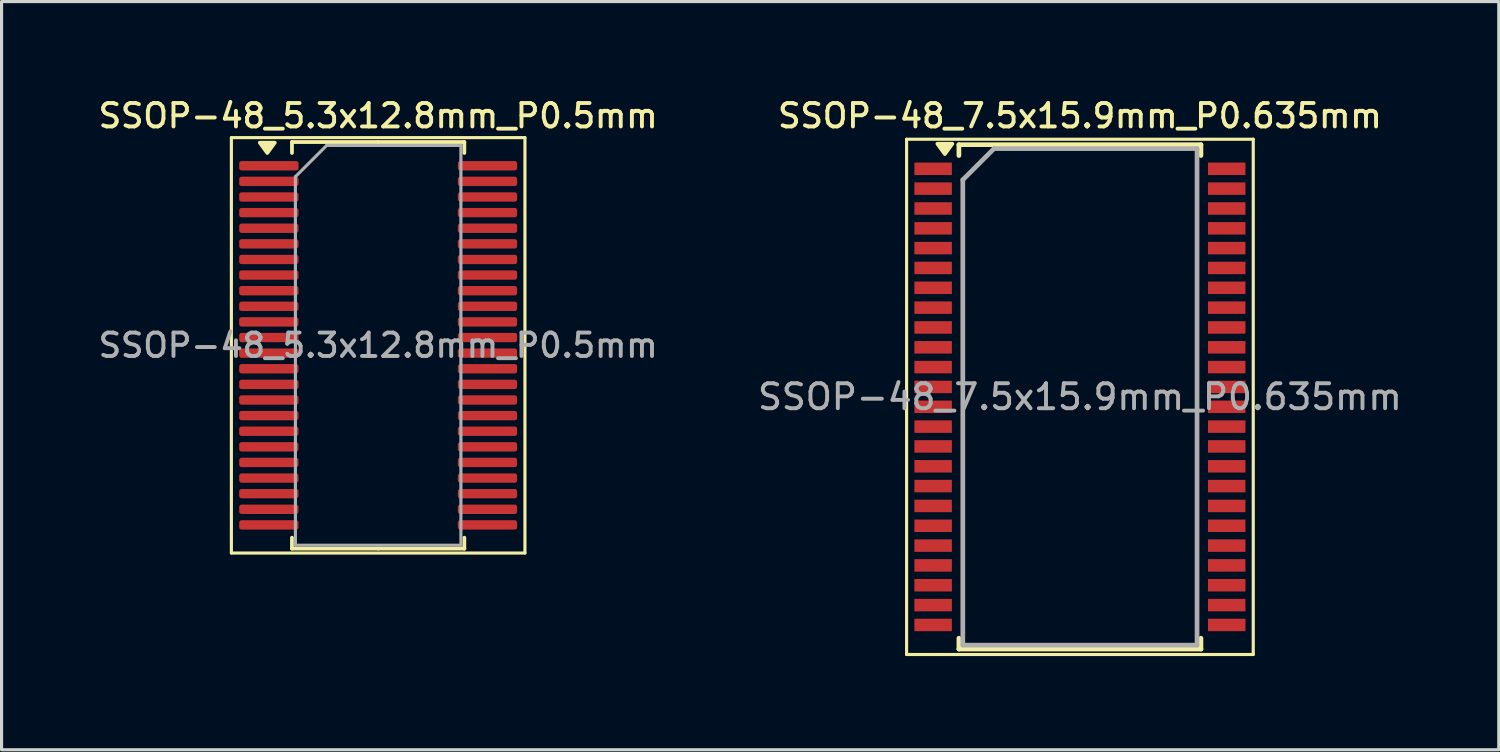
<source format=kicad_pcb>
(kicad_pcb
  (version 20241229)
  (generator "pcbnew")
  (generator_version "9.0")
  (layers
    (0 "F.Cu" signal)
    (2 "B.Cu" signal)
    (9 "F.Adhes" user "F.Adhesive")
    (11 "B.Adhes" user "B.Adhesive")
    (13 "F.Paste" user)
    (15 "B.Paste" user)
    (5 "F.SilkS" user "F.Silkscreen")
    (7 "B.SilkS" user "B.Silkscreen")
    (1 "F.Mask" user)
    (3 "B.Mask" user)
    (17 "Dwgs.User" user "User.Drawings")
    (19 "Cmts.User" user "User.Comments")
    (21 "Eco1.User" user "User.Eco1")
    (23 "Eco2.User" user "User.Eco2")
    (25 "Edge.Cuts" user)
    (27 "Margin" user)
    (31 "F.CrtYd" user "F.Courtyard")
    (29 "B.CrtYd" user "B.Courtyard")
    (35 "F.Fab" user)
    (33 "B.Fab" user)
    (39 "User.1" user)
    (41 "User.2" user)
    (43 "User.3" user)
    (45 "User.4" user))
  (footprint "SSOP-48_5.3x12.8mm_P0.5mm"
    (layer "F.Cu")
    (at 9.059 8.008)
    (property "Reference" "SSOP-48_5.3x12.8mm_P0.5mm" (at 0 -7.35 0) (layer "F.SilkS") (effects (font (size 0.75 0.75) (thickness 0.125))))
    (attr smd)
    (fp_line (start -4.7 -6.65) (end -4.7 6.65) (stroke (width 0.1) (type solid)) (layer "F.SilkS"))
    (fp_line (start -4.7 6.65) (end 4.7 6.65) (stroke (width 0.1) (type solid)) (layer "F.SilkS"))
    (fp_line (start -2.76 -6.51) (end -2.76 -6.16) (stroke (width 0.12) (type solid)) (layer "F.SilkS"))
    (fp_line (start -2.76 6.51) (end -2.76 6.16) (stroke (width 0.12) (type solid)) (layer "F.SilkS"))
    (fp_line (start 0 -6.51) (end -2.76 -6.51) (stroke (width 0.12) (type solid)) (layer "F.SilkS"))
    (fp_line (start 0 -6.51) (end 2.76 -6.51) (stroke (width 0.12) (type solid)) (layer "F.SilkS"))
    (fp_line (start 0 6.51) (end -2.76 6.51) (stroke (width 0.12) (type solid)) (layer "F.SilkS"))
    (fp_line (start 0 6.51) (end 2.76 6.51) (stroke (width 0.12) (type solid)) (layer "F.SilkS"))
    (fp_line (start 2.76 -6.51) (end 2.76 -6.16) (stroke (width 0.12) (type solid)) (layer "F.SilkS"))
    (fp_line (start 2.76 6.51) (end 2.76 6.16) (stroke (width 0.12) (type solid)) (layer "F.SilkS"))
    (fp_line (start 4.7 -6.65) (end -4.7 -6.65) (stroke (width 0.1) (type solid)) (layer "F.SilkS"))
    (fp_line (start 4.7 6.65) (end 4.7 -6.65) (stroke (width 0.1) (type solid)) (layer "F.SilkS"))
    (fp_poly (pts (xy -3.55 -6.16) (xy -3.79 -6.49) (xy -3.31 -6.49) (xy -3.55 -6.16)) (stroke (width 0.12) (type solid)) (fill yes) (layer "F.SilkS"))
    (fp_line (start -2.65 -5.4) (end -1.65 -6.4) (stroke (width 0.1) (type solid)) (layer "F.Fab"))
    (fp_line (start -2.65 6.4) (end -2.65 -5.4) (stroke (width 0.1) (type solid)) (layer "F.Fab"))
    (fp_line (start -1.65 -6.4) (end 2.65 -6.4) (stroke (width 0.1) (type solid)) (layer "F.Fab"))
    (fp_line (start 2.65 -6.4) (end 2.65 6.4) (stroke (width 0.1) (type solid)) (layer "F.Fab"))
    (fp_line (start 2.65 6.4) (end -2.65 6.4) (stroke (width 0.1) (type solid)) (layer "F.Fab"))
    (fp_text user "${REFERENCE}" (at 0 0 0) (layer "F.Fab") (effects (font (size 0.75 0.75) (thickness 0.125))))
    (pad "1" smd roundrect (at -3.5 -5.75) (size 1.9 0.3) (layers "F.Cu" "F.Mask" "F.Paste") (roundrect_rratio 0.25))
    (pad "2" smd roundrect (at -3.5 -5.25) (size 1.9 0.3) (layers "F.Cu" "F.Mask" "F.Paste") (roundrect_rratio 0.25))
    (pad "3" smd roundrect (at -3.5 -4.75) (size 1.9 0.3) (layers "F.Cu" "F.Mask" "F.Paste") (roundrect_rratio 0.25))
    (pad "4" smd roundrect (at -3.5 -4.25) (size 1.9 0.3) (layers "F.Cu" "F.Mask" "F.Paste") (roundrect_rratio 0.25))
    (pad "5" smd roundrect (at -3.5 -3.75) (size 1.9 0.3) (layers "F.Cu" "F.Mask" "F.Paste") (roundrect_rratio 0.25))
    (pad "6" smd roundrect (at -3.5 -3.25) (size 1.9 0.3) (layers "F.Cu" "F.Mask" "F.Paste") (roundrect_rratio 0.25))
    (pad "7" smd roundrect (at -3.5 -2.75) (size 1.9 0.3) (layers "F.Cu" "F.Mask" "F.Paste") (roundrect_rratio 0.25))
    (pad "8" smd roundrect (at -3.5 -2.25) (size 1.9 0.3) (layers "F.Cu" "F.Mask" "F.Paste") (roundrect_rratio 0.25))
    (pad "9" smd roundrect (at -3.5 -1.75) (size 1.9 0.3) (layers "F.Cu" "F.Mask" "F.Paste") (roundrect_rratio 0.25))
    (pad "10" smd roundrect (at -3.5 -1.25) (size 1.9 0.3) (layers "F.Cu" "F.Mask" "F.Paste") (roundrect_rratio 0.25))
    (pad "11" smd roundrect (at -3.5 -0.75) (size 1.9 0.3) (layers "F.Cu" "F.Mask" "F.Paste") (roundrect_rratio 0.25))
    (pad "12" smd roundrect (at -3.5 -0.25) (size 1.9 0.3) (layers "F.Cu" "F.Mask" "F.Paste") (roundrect_rratio 0.25))
    (pad "13" smd roundrect (at -3.5 0.25) (size 1.9 0.3) (layers "F.Cu" "F.Mask" "F.Paste") (roundrect_rratio 0.25))
    (pad "14" smd roundrect (at -3.5 0.75) (size 1.9 0.3) (layers "F.Cu" "F.Mask" "F.Paste") (roundrect_rratio 0.25))
    (pad "15" smd roundrect (at -3.5 1.25) (size 1.9 0.3) (layers "F.Cu" "F.Mask" "F.Paste") (roundrect_rratio 0.25))
    (pad "16" smd roundrect (at -3.5 1.75) (size 1.9 0.3) (layers "F.Cu" "F.Mask" "F.Paste") (roundrect_rratio 0.25))
    (pad "17" smd roundrect (at -3.5 2.25) (size 1.9 0.3) (layers "F.Cu" "F.Mask" "F.Paste") (roundrect_rratio 0.25))
    (pad "18" smd roundrect (at -3.5 2.75) (size 1.9 0.3) (layers "F.Cu" "F.Mask" "F.Paste") (roundrect_rratio 0.25))
    (pad "19" smd roundrect (at -3.5 3.25) (size 1.9 0.3) (layers "F.Cu" "F.Mask" "F.Paste") (roundrect_rratio 0.25))
    (pad "20" smd roundrect (at -3.5 3.75) (size 1.9 0.3) (layers "F.Cu" "F.Mask" "F.Paste") (roundrect_rratio 0.25))
    (pad "21" smd roundrect (at -3.5 4.25) (size 1.9 0.3) (layers "F.Cu" "F.Mask" "F.Paste") (roundrect_rratio 0.25))
    (pad "22" smd roundrect (at -3.5 4.75) (size 1.9 0.3) (layers "F.Cu" "F.Mask" "F.Paste") (roundrect_rratio 0.25))
    (pad "23" smd roundrect (at -3.5 5.25) (size 1.9 0.3) (layers "F.Cu" "F.Mask" "F.Paste") (roundrect_rratio 0.25))
    (pad "24" smd roundrect (at -3.5 5.75) (size 1.9 0.3) (layers "F.Cu" "F.Mask" "F.Paste") (roundrect_rratio 0.25))
    (pad "25" smd roundrect (at 3.5 5.75) (size 1.9 0.3) (layers "F.Cu" "F.Mask" "F.Paste") (roundrect_rratio 0.25))
    (pad "26" smd roundrect (at 3.5 5.25) (size 1.9 0.3) (layers "F.Cu" "F.Mask" "F.Paste") (roundrect_rratio 0.25))
    (pad "27" smd roundrect (at 3.5 4.75) (size 1.9 0.3) (layers "F.Cu" "F.Mask" "F.Paste") (roundrect_rratio 0.25))
    (pad "28" smd roundrect (at 3.5 4.25) (size 1.9 0.3) (layers "F.Cu" "F.Mask" "F.Paste") (roundrect_rratio 0.25))
    (pad "29" smd roundrect (at 3.5 3.75) (size 1.9 0.3) (layers "F.Cu" "F.Mask" "F.Paste") (roundrect_rratio 0.25))
    (pad "30" smd roundrect (at 3.5 3.25) (size 1.9 0.3) (layers "F.Cu" "F.Mask" "F.Paste") (roundrect_rratio 0.25))
    (pad "31" smd roundrect (at 3.5 2.75) (size 1.9 0.3) (layers "F.Cu" "F.Mask" "F.Paste") (roundrect_rratio 0.25))
    (pad "32" smd roundrect (at 3.5 2.25) (size 1.9 0.3) (layers "F.Cu" "F.Mask" "F.Paste") (roundrect_rratio 0.25))
    (pad "33" smd roundrect (at 3.5 1.75) (size 1.9 0.3) (layers "F.Cu" "F.Mask" "F.Paste") (roundrect_rratio 0.25))
    (pad "34" smd roundrect (at 3.5 1.25) (size 1.9 0.3) (layers "F.Cu" "F.Mask" "F.Paste") (roundrect_rratio 0.25))
    (pad "35" smd roundrect (at 3.5 0.75) (size 1.9 0.3) (layers "F.Cu" "F.Mask" "F.Paste") (roundrect_rratio 0.25))
    (pad "36" smd roundrect (at 3.5 0.25) (size 1.9 0.3) (layers "F.Cu" "F.Mask" "F.Paste") (roundrect_rratio 0.25))
    (pad "37" smd roundrect (at 3.5 -0.25) (size 1.9 0.3) (layers "F.Cu" "F.Mask" "F.Paste") (roundrect_rratio 0.25))
    (pad "38" smd roundrect (at 3.5 -0.75) (size 1.9 0.3) (layers "F.Cu" "F.Mask" "F.Paste") (roundrect_rratio 0.25))
    (pad "39" smd roundrect (at 3.5 -1.25) (size 1.9 0.3) (layers "F.Cu" "F.Mask" "F.Paste") (roundrect_rratio 0.25))
    (pad "40" smd roundrect (at 3.5 -1.75) (size 1.9 0.3) (layers "F.Cu" "F.Mask" "F.Paste") (roundrect_rratio 0.25))
    (pad "41" smd roundrect (at 3.5 -2.25) (size 1.9 0.3) (layers "F.Cu" "F.Mask" "F.Paste") (roundrect_rratio 0.25))
    (pad "42" smd roundrect (at 3.5 -2.75) (size 1.9 0.3) (layers "F.Cu" "F.Mask" "F.Paste") (roundrect_rratio 0.25))
    (pad "43" smd roundrect (at 3.5 -3.25) (size 1.9 0.3) (layers "F.Cu" "F.Mask" "F.Paste") (roundrect_rratio 0.25))
    (pad "44" smd roundrect (at 3.5 -3.75) (size 1.9 0.3) (layers "F.Cu" "F.Mask" "F.Paste") (roundrect_rratio 0.25))
    (pad "45" smd roundrect (at 3.5 -4.25) (size 1.9 0.3) (layers "F.Cu" "F.Mask" "F.Paste") (roundrect_rratio 0.25))
    (pad "46" smd roundrect (at 3.5 -4.75) (size 1.9 0.3) (layers "F.Cu" "F.Mask" "F.Paste") (roundrect_rratio 0.25))
    (pad "47" smd roundrect (at 3.5 -5.25) (size 1.9 0.3) (layers "F.Cu" "F.Mask" "F.Paste") (roundrect_rratio 0.25))
    (pad "48" smd roundrect (at 3.5 -5.75) (size 1.9 0.3) (layers "F.Cu" "F.Mask" "F.Paste") (roundrect_rratio 0.25)))
  (footprint "SSOP-48_7.5x15.9mm_P0.635mm"
    (layer "F.Cu")
    (at 31.53 9.658)
    (property "Reference" "SSOP-48_7.5x15.9mm_P0.635mm" (at 0 -9 0) (layer "F.SilkS") (effects (font (size 0.75 0.75) (thickness 0.125))))
    (attr smd)
    (fp_line (start -5.55 -8.25) (end -5.55 8.25) (stroke (width 0.1) (type solid)) (layer "F.SilkS"))
    (fp_line (start -5.55 -8.25) (end 5.55 -8.25) (stroke (width 0.1) (type solid)) (layer "F.SilkS"))
    (fp_line (start -5.55 8.25) (end 5.55 8.25) (stroke (width 0.1) (type solid)) (layer "F.SilkS"))
    (fp_line (start -3.875 -8.075) (end -3.875 -7.728) (stroke (width 0.15) (type solid)) (layer "F.SilkS"))
    (fp_line (start -3.875 -8.075) (end 3.875 -8.075) (stroke (width 0.15) (type solid)) (layer "F.SilkS"))
    (fp_line (start -3.875 8.075) (end -3.875 7.728) (stroke (width 0.15) (type solid)) (layer "F.SilkS"))
    (fp_line (start -3.875 8.075) (end 3.875 8.075) (stroke (width 0.15) (type solid)) (layer "F.SilkS"))
    (fp_line (start 3.875 -8.075) (end 3.875 -7.728) (stroke (width 0.15) (type solid)) (layer "F.SilkS"))
    (fp_line (start 3.875 8.075) (end 3.875 7.728) (stroke (width 0.15) (type solid)) (layer "F.SilkS"))
    (fp_line (start 5.55 -8.25) (end 5.55 8.25) (stroke (width 0.1) (type solid)) (layer "F.SilkS"))
    (fp_poly (pts (xy -4.325 -7.775) (xy -4.565 -8.105) (xy -4.085 -8.105) (xy -4.325 -7.775)) (stroke (width 0.12) (type solid)) (fill yes) (layer "F.SilkS"))
    (fp_line (start -3.75 -6.95) (end -2.75 -7.95) (stroke (width 0.15) (type solid)) (layer "F.Fab"))
    (fp_line (start -3.75 7.95) (end -3.75 -6.95) (stroke (width 0.15) (type solid)) (layer "F.Fab"))
    (fp_line (start -2.75 -7.95) (end 3.75 -7.95) (stroke (width 0.15) (type solid)) (layer "F.Fab"))
    (fp_line (start 3.75 -7.95) (end 3.75 7.95) (stroke (width 0.15) (type solid)) (layer "F.Fab"))
    (fp_line (start 3.75 7.95) (end -3.75 7.95) (stroke (width 0.15) (type solid)) (layer "F.Fab"))
    (fp_text user "${REFERENCE}" (at 0 0 0) (layer "F.Fab") (effects (font (size 0.8 0.8) (thickness 0.125))))
    (pad "1" smd rect (at -4.7 -7.303) (size 1.2 0.4) (layers "F.Cu" "F.Mask" "F.Paste"))
    (pad "2" smd rect (at -4.7 -6.668) (size 1.2 0.4) (layers "F.Cu" "F.Mask" "F.Paste"))
    (pad "3" smd rect (at -4.7 -6.032) (size 1.2 0.4) (layers "F.Cu" "F.Mask" "F.Paste"))
    (pad "4" smd rect (at -4.7 -5.397) (size 1.2 0.4) (layers "F.Cu" "F.Mask" "F.Paste"))
    (pad "5" smd rect (at -4.7 -4.763) (size 1.2 0.4) (layers "F.Cu" "F.Mask" "F.Paste"))
    (pad "6" smd rect (at -4.7 -4.128) (size 1.2 0.4) (layers "F.Cu" "F.Mask" "F.Paste"))
    (pad "7" smd rect (at -4.7 -3.493) (size 1.2 0.4) (layers "F.Cu" "F.Mask" "F.Paste"))
    (pad "8" smd rect (at -4.7 -2.857) (size 1.2 0.4) (layers "F.Cu" "F.Mask" "F.Paste"))
    (pad "9" smd rect (at -4.7 -2.223) (size 1.2 0.4) (layers "F.Cu" "F.Mask" "F.Paste"))
    (pad "10" smd rect (at -4.7 -1.587) (size 1.2 0.4) (layers "F.Cu" "F.Mask" "F.Paste"))
    (pad "11" smd rect (at -4.7 -0.953) (size 1.2 0.4) (layers "F.Cu" "F.Mask" "F.Paste"))
    (pad "12" smd rect (at -4.7 -0.318) (size 1.2 0.4) (layers "F.Cu" "F.Mask" "F.Paste"))
    (pad "13" smd rect (at -4.7 0.318) (size 1.2 0.4) (layers "F.Cu" "F.Mask" "F.Paste"))
    (pad "14" smd rect (at -4.7 0.953) (size 1.2 0.4) (layers "F.Cu" "F.Mask" "F.Paste"))
    (pad "15" smd rect (at -4.7 1.587) (size 1.2 0.4) (layers "F.Cu" "F.Mask" "F.Paste"))
    (pad "16" smd rect (at -4.7 2.223) (size 1.2 0.4) (layers "F.Cu" "F.Mask" "F.Paste"))
    (pad "17" smd rect (at -4.7 2.857) (size 1.2 0.4) (layers "F.Cu" "F.Mask" "F.Paste"))
    (pad "18" smd rect (at -4.7 3.493) (size 1.2 0.4) (layers "F.Cu" "F.Mask" "F.Paste"))
    (pad "19" smd rect (at -4.7 4.128) (size 1.2 0.4) (layers "F.Cu" "F.Mask" "F.Paste"))
    (pad "20" smd rect (at -4.7 4.763) (size 1.2 0.4) (layers "F.Cu" "F.Mask" "F.Paste"))
    (pad "21" smd rect (at -4.7 5.397) (size 1.2 0.4) (layers "F.Cu" "F.Mask" "F.Paste"))
    (pad "22" smd rect (at -4.7 6.032) (size 1.2 0.4) (layers "F.Cu" "F.Mask" "F.Paste"))
    (pad "23" smd rect (at -4.7 6.668) (size 1.2 0.4) (layers "F.Cu" "F.Mask" "F.Paste"))
    (pad "24" smd rect (at -4.7 7.303) (size 1.2 0.4) (layers "F.Cu" "F.Mask" "F.Paste"))
    (pad "25" smd rect (at 4.7 7.303) (size 1.2 0.4) (layers "F.Cu" "F.Mask" "F.Paste"))
    (pad "26" smd rect (at 4.7 6.668) (size 1.2 0.4) (layers "F.Cu" "F.Mask" "F.Paste"))
    (pad "27" smd rect (at 4.7 6.032) (size 1.2 0.4) (layers "F.Cu" "F.Mask" "F.Paste"))
    (pad "28" smd rect (at 4.7 5.397) (size 1.2 0.4) (layers "F.Cu" "F.Mask" "F.Paste"))
    (pad "29" smd rect (at 4.7 4.763) (size 1.2 0.4) (layers "F.Cu" "F.Mask" "F.Paste"))
    (pad "30" smd rect (at 4.7 4.128) (size 1.2 0.4) (layers "F.Cu" "F.Mask" "F.Paste"))
    (pad "31" smd rect (at 4.7 3.493) (size 1.2 0.4) (layers "F.Cu" "F.Mask" "F.Paste"))
    (pad "32" smd rect (at 4.7 2.857) (size 1.2 0.4) (layers "F.Cu" "F.Mask" "F.Paste"))
    (pad "33" smd rect (at 4.7 2.223) (size 1.2 0.4) (layers "F.Cu" "F.Mask" "F.Paste"))
    (pad "34" smd rect (at 4.7 1.587) (size 1.2 0.4) (layers "F.Cu" "F.Mask" "F.Paste"))
    (pad "35" smd rect (at 4.7 0.953) (size 1.2 0.4) (layers "F.Cu" "F.Mask" "F.Paste"))
    (pad "36" smd rect (at 4.7 0.318) (size 1.2 0.4) (layers "F.Cu" "F.Mask" "F.Paste"))
    (pad "37" smd rect (at 4.7 -0.318) (size 1.2 0.4) (layers "F.Cu" "F.Mask" "F.Paste"))
    (pad "38" smd rect (at 4.7 -0.953) (size 1.2 0.4) (layers "F.Cu" "F.Mask" "F.Paste"))
    (pad "39" smd rect (at 4.7 -1.587) (size 1.2 0.4) (layers "F.Cu" "F.Mask" "F.Paste"))
    (pad "40" smd rect (at 4.7 -2.223) (size 1.2 0.4) (layers "F.Cu" "F.Mask" "F.Paste"))
    (pad "41" smd rect (at 4.7 -2.857) (size 1.2 0.4) (layers "F.Cu" "F.Mask" "F.Paste"))
    (pad "42" smd rect (at 4.7 -3.493) (size 1.2 0.4) (layers "F.Cu" "F.Mask" "F.Paste"))
    (pad "43" smd rect (at 4.7 -4.128) (size 1.2 0.4) (layers "F.Cu" "F.Mask" "F.Paste"))
    (pad "44" smd rect (at 4.7 -4.763) (size 1.2 0.4) (layers "F.Cu" "F.Mask" "F.Paste"))
    (pad "45" smd rect (at 4.7 -5.397) (size 1.2 0.4) (layers "F.Cu" "F.Mask" "F.Paste"))
    (pad "46" smd rect (at 4.7 -6.032) (size 1.2 0.4) (layers "F.Cu" "F.Mask" "F.Paste"))
    (pad "47" smd rect (at 4.7 -6.668) (size 1.2 0.4) (layers "F.Cu" "F.Mask" "F.Paste"))
    (pad "48" smd rect (at 4.7 -7.303) (size 1.2 0.4) (layers "F.Cu" "F.Mask" "F.Paste")))
  (gr_rect
    (start -3 -3)
    (end 44.942 20.958)
    (stroke (width 0.1) (type default))
    (fill no)
    (layer "Edge.Cuts")))
</source>
